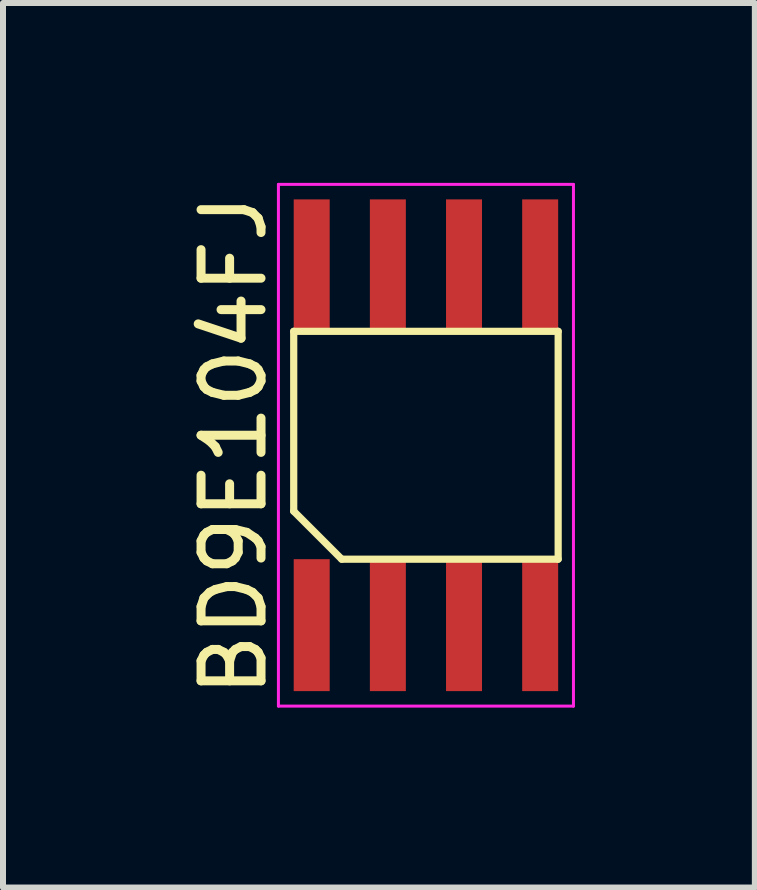
<source format=kicad_pcb>
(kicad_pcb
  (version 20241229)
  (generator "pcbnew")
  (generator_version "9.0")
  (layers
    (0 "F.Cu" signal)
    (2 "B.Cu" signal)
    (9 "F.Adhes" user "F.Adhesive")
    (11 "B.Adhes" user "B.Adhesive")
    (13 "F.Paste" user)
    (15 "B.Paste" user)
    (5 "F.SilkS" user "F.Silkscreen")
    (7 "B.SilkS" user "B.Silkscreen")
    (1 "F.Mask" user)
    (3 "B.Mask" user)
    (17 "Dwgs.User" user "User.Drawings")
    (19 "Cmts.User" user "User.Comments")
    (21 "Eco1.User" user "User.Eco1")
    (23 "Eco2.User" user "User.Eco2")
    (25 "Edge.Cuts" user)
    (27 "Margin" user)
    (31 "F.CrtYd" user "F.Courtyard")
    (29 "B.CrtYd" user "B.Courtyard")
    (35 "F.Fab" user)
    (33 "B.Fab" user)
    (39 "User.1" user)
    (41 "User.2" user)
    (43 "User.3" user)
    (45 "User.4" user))
  (footprint "BD9E104FJ"
    (layer "F.Cu")
    (at 4.053 4.375)
    (property "Reference" "BD9E104FJ" (at -3.205 0 90) (layer "F.SilkS") (effects (font (size 1 1) (thickness 0.15))))
    (attr smd)
    (fp_line (start -2.205 -1.9) (end 2.205 -1.9) (stroke (width 0.12) (type solid)) (layer "F.SilkS"))
    (fp_line (start -2.205 1.1) (end -2.205 -1.9) (stroke (width 0.12) (type solid)) (layer "F.SilkS"))
    (fp_line (start -1.405 1.9) (end -2.205 1.1) (stroke (width 0.12) (type solid)) (layer "F.SilkS"))
    (fp_line (start 2.205 -1.9) (end 2.205 1.9) (stroke (width 0.12) (type solid)) (layer "F.SilkS"))
    (fp_line (start 2.205 1.9) (end -1.405 1.9) (stroke (width 0.12) (type solid)) (layer "F.SilkS"))
    (fp_line (start -2.46 -4.35) (end 2.46 -4.35) (stroke (width 0.05) (type solid)) (layer "F.CrtYd"))
    (fp_line (start -2.46 4.35) (end -2.46 -4.35) (stroke (width 0.05) (type solid)) (layer "F.CrtYd"))
    (fp_line (start 2.46 -4.35) (end 2.46 4.35) (stroke (width 0.05) (type solid)) (layer "F.CrtYd"))
    (fp_line (start 2.46 4.35) (end -2.46 4.35) (stroke (width 0.05) (type solid)) (layer "F.CrtYd"))
    (pad "1" smd rect (at -1.905 3) (size 0.6 2.2) (layers "F.Cu" "F.Mask" "F.Paste"))
    (pad "2" smd rect (at -0.635 3) (size 0.6 2.2) (layers "F.Cu" "F.Mask" "F.Paste"))
    (pad "3" smd rect (at 0.635 3) (size 0.6 2.2) (layers "F.Cu" "F.Mask" "F.Paste"))
    (pad "4" smd rect (at 1.905 3) (size 0.6 2.2) (layers "F.Cu" "F.Mask" "F.Paste"))
    (pad "5" smd rect (at 1.905 -3) (size 0.6 2.2) (layers "F.Cu" "F.Mask" "F.Paste"))
    (pad "6" smd rect (at 0.635 -3) (size 0.6 2.2) (layers "F.Cu" "F.Mask" "F.Paste"))
    (pad "7" smd rect (at -0.635 -3) (size 0.6 2.2) (layers "F.Cu" "F.Mask" "F.Paste"))
    (pad "8" smd rect (at -1.905 -3) (size 0.6 2.2) (layers "F.Cu" "F.Mask" "F.Paste")))
  (gr_rect
    (start -3 -3)
    (end 9.538 11.75)
    (stroke (width 0.1) (type default))
    (fill no)
    (layer "Edge.Cuts")))
</source>
